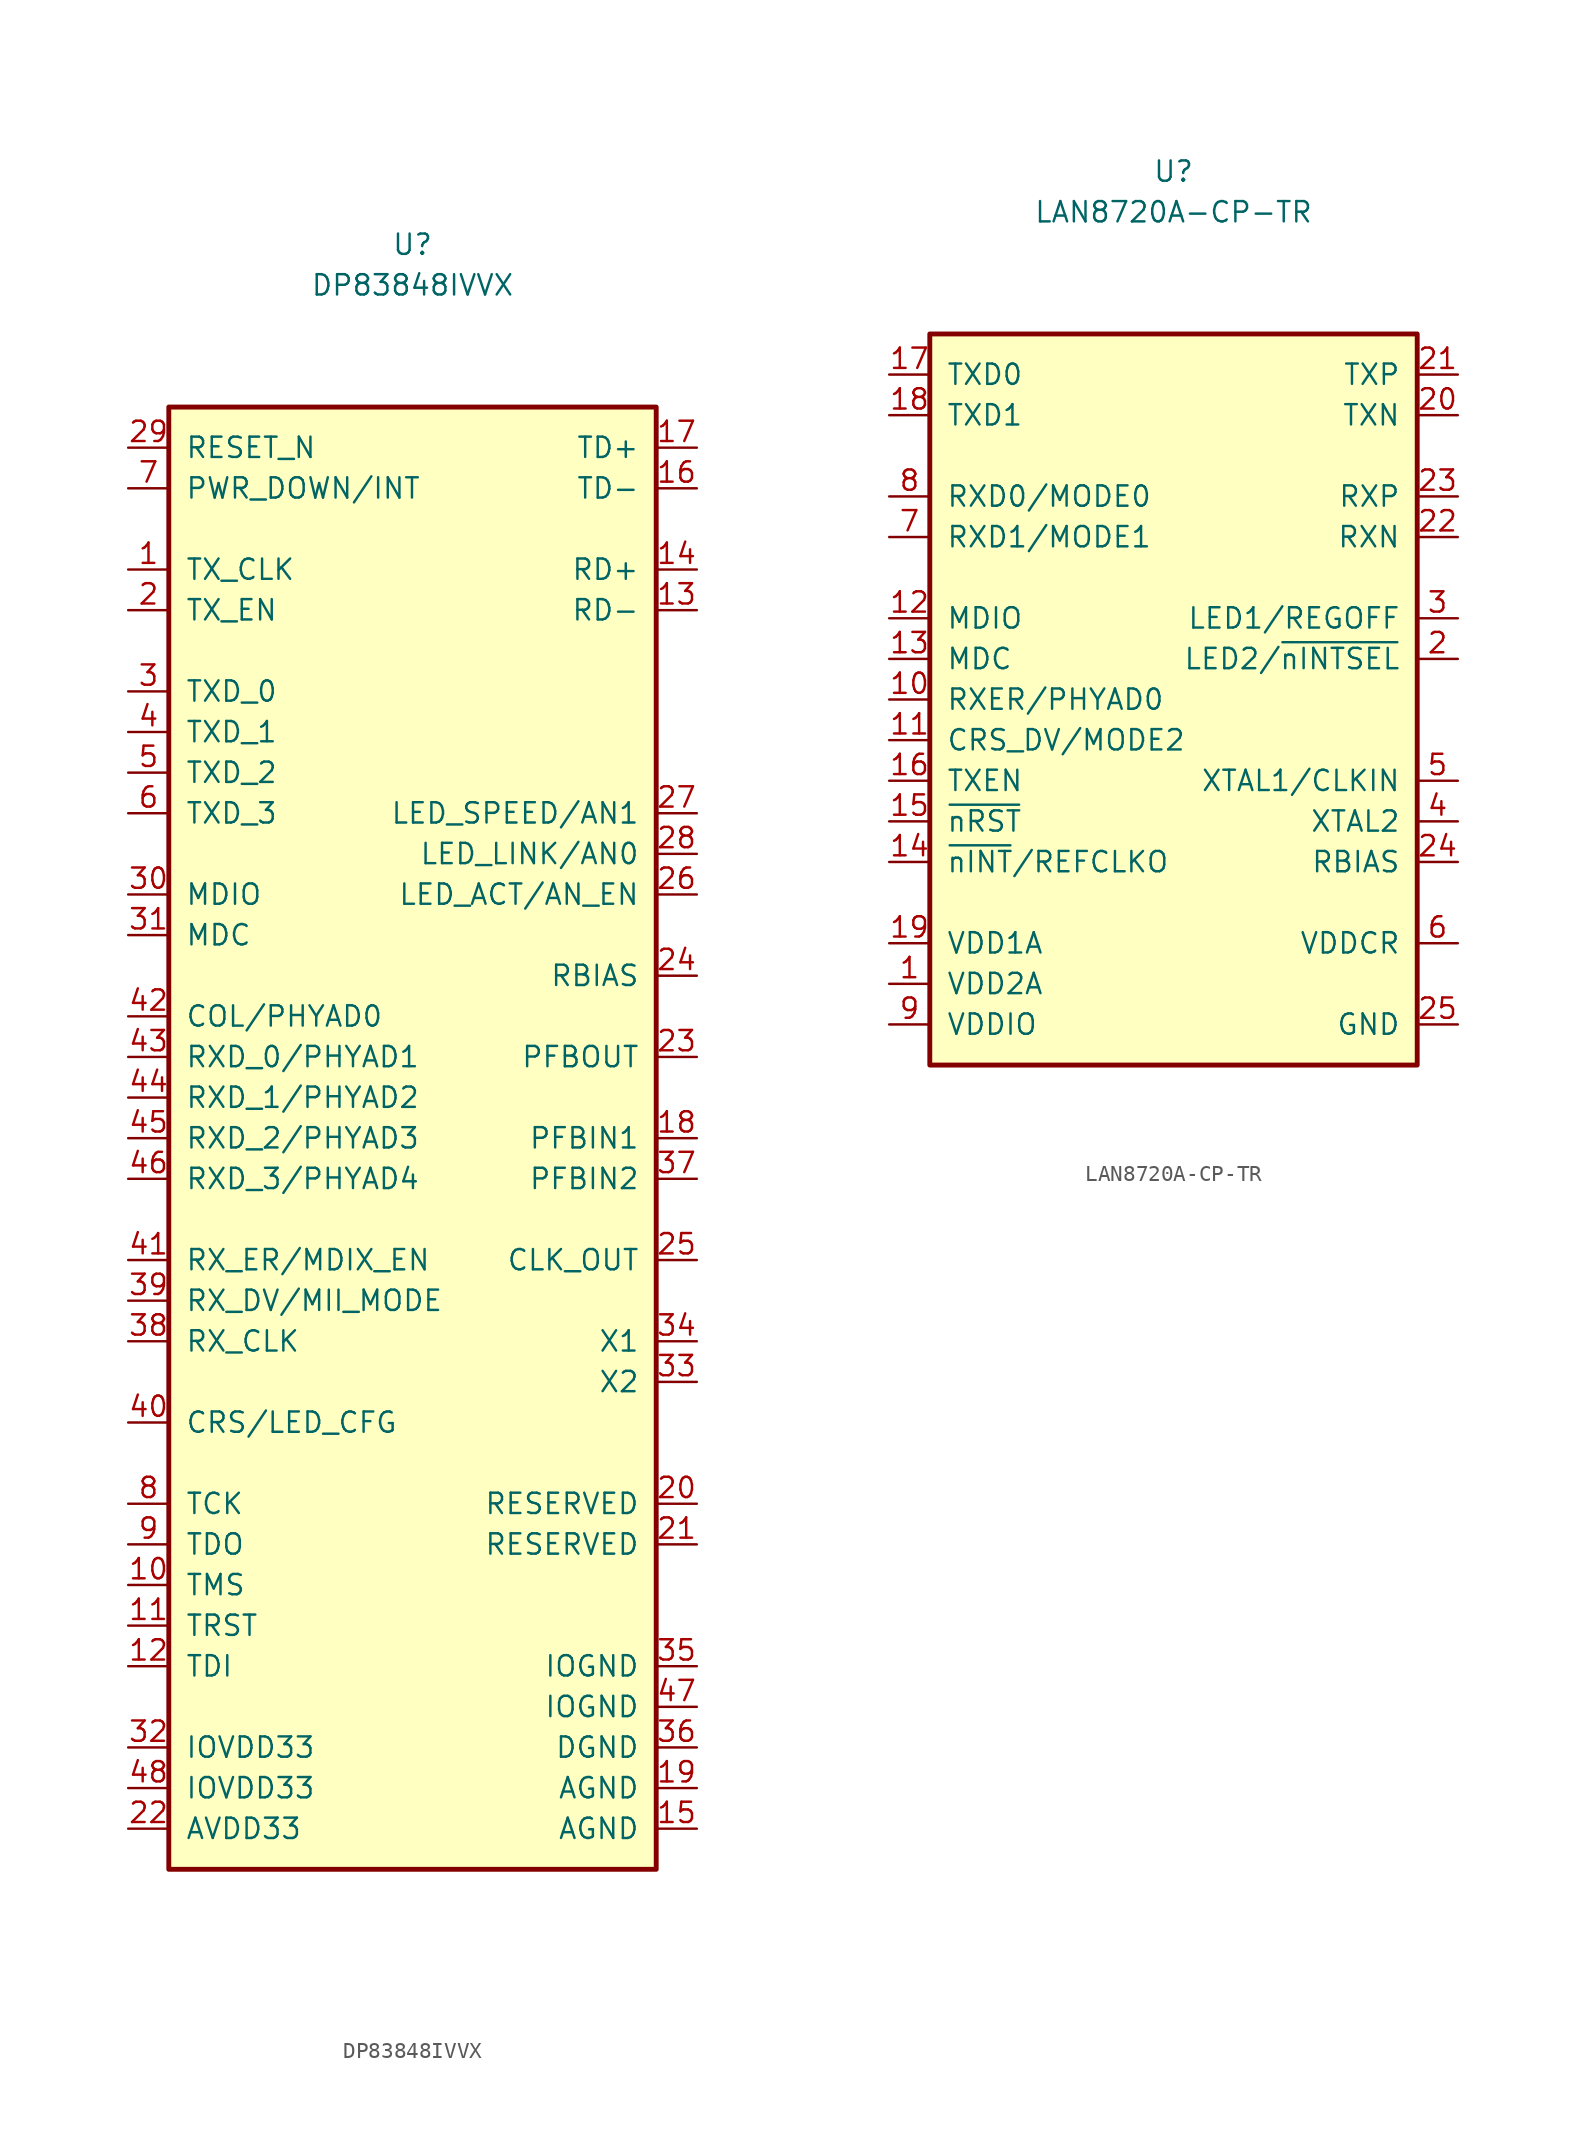
<source format=kicad_sym>
(kicad_symbol_lib
  (version 20211014)
  (generator kicad_symbol_editor)
  (symbol "DP83848IVVX"
    (pin_names
      (offset 1.016))
    (property "Reference" "U"
      (at 0 55.88 0)
      (effects (font (size 1.27 1.27))))
    (property "Value" "DP83848IVVX"
      (at 0 53.34 0)
      (effects (font (size 1.27 1.27))))
    (symbol "DP83848IVVX_0_1"
      (rectangle (start -15.24 45.72) (end 15.24 -45.72) (stroke (width 0.305) (type default) (color 0 0 0 0)) (fill (type background))))
    (symbol "DP83848IVVX_1_1"
      (pin output line (at -17.78 35.56 0) (length 2.54) (name "TX_CLK" (effects (font (size 1.27 1.27)))) (number "1" (effects (font (size 1.27 1.27)))))
      (pin input line (at -17.78 -27.94 0) (length 2.54) (name "TMS" (effects (font (size 1.27 1.27)))) (number "10" (effects (font (size 1.27 1.27)))))
      (pin input line (at -17.78 -30.48 0) (length 2.54) (name "TRST" (effects (font (size 1.27 1.27)))) (number "11" (effects (font (size 1.27 1.27)))))
      (pin input line (at -17.78 -33.02 0) (length 2.54) (name "TDI" (effects (font (size 1.27 1.27)))) (number "12" (effects (font (size 1.27 1.27)))))
      (pin bidirectional line (at 17.78 33.02 180) (length 2.54) (name "RD-" (effects (font (size 1.27 1.27)))) (number "13" (effects (font (size 1.27 1.27)))))
      (pin bidirectional line (at 17.78 35.56 180) (length 2.54) (name "RD+" (effects (font (size 1.27 1.27)))) (number "14" (effects (font (size 1.27 1.27)))))
      (pin power_in line (at 17.78 -43.18 180) (length 2.54) (name "AGND" (effects (font (size 1.27 1.27)))) (number "15" (effects (font (size 1.27 1.27)))))
      (pin bidirectional line (at 17.78 40.64 180) (length 2.54) (name "TD-" (effects (font (size 1.27 1.27)))) (number "16" (effects (font (size 1.27 1.27)))))
      (pin bidirectional line (at 17.78 43.18 180) (length 2.54) (name "TD+" (effects (font (size 1.27 1.27)))) (number "17" (effects (font (size 1.27 1.27)))))
      (pin input line (at 17.78 0 180) (length 2.54) (name "PFBIN1" (effects (font (size 1.27 1.27)))) (number "18" (effects (font (size 1.27 1.27)))))
      (pin power_in line (at 17.78 -40.64 180) (length 2.54) (name "AGND" (effects (font (size 1.27 1.27)))) (number "19" (effects (font (size 1.27 1.27)))))
      (pin input line (at -17.78 33.02 0) (length 2.54) (name "TX_EN" (effects (font (size 1.27 1.27)))) (number "2" (effects (font (size 1.27 1.27)))))
      (pin bidirectional line (at 17.78 -22.86 180) (length 2.54) (name "RESERVED" (effects (font (size 1.27 1.27)))) (number "20" (effects (font (size 1.27 1.27)))))
      (pin bidirectional line (at 17.78 -25.4 180) (length 2.54) (name "RESERVED" (effects (font (size 1.27 1.27)))) (number "21" (effects (font (size 1.27 1.27)))))
      (pin power_in line (at -17.78 -43.18 0) (length 2.54) (name "AVDD33" (effects (font (size 1.27 1.27)))) (number "22" (effects (font (size 1.27 1.27)))))
      (pin output line (at 17.78 5.08 180) (length 2.54) (name "PFBOUT" (effects (font (size 1.27 1.27)))) (number "23" (effects (font (size 1.27 1.27)))))
      (pin input line (at 17.78 10.16 180) (length 2.54) (name "RBIAS" (effects (font (size 1.27 1.27)))) (number "24" (effects (font (size 1.27 1.27)))))
      (pin output line (at 17.78 -7.62 180) (length 2.54) (name "CLK_OUT" (effects (font (size 1.27 1.27)))) (number "25" (effects (font (size 1.27 1.27)))))
      (pin output line (at 17.78 15.24 180) (length 2.54) (name "LED_ACT/AN_EN" (effects (font (size 1.27 1.27)))) (number "26" (effects (font (size 1.27 1.27)))))
      (pin output line (at 17.78 20.32 180) (length 2.54) (name "LED_SPEED/AN1" (effects (font (size 1.27 1.27)))) (number "27" (effects (font (size 1.27 1.27)))))
      (pin output line (at 17.78 17.78 180) (length 2.54) (name "LED_LINK/AN0" (effects (font (size 1.27 1.27)))) (number "28" (effects (font (size 1.27 1.27)))))
      (pin input line (at -17.78 43.18 0) (length 2.54) (name "RESET_N" (effects (font (size 1.27 1.27)))) (number "29" (effects (font (size 1.27 1.27)))))
      (pin input line (at -17.78 27.94 0) (length 2.54) (name "TXD_0" (effects (font (size 1.27 1.27)))) (number "3" (effects (font (size 1.27 1.27)))))
      (pin bidirectional line (at -17.78 15.24 0) (length 2.54) (name "MDIO" (effects (font (size 1.27 1.27)))) (number "30" (effects (font (size 1.27 1.27)))))
      (pin input line (at -17.78 12.7 0) (length 2.54) (name "MDC" (effects (font (size 1.27 1.27)))) (number "31" (effects (font (size 1.27 1.27)))))
      (pin power_in line (at -17.78 -38.1 0) (length 2.54) (name "IOVDD33" (effects (font (size 1.27 1.27)))) (number "32" (effects (font (size 1.27 1.27)))))
      (pin output line (at 17.78 -15.24 180) (length 2.54) (name "X2" (effects (font (size 1.27 1.27)))) (number "33" (effects (font (size 1.27 1.27)))))
      (pin input line (at 17.78 -12.7 180) (length 2.54) (name "X1" (effects (font (size 1.27 1.27)))) (number "34" (effects (font (size 1.27 1.27)))))
      (pin power_in line (at 17.78 -33.02 180) (length 2.54) (name "IOGND" (effects (font (size 1.27 1.27)))) (number "35" (effects (font (size 1.27 1.27)))))
      (pin power_in line (at 17.78 -38.1 180) (length 2.54) (name "DGND" (effects (font (size 1.27 1.27)))) (number "36" (effects (font (size 1.27 1.27)))))
      (pin input line (at 17.78 -2.54 180) (length 2.54) (name "PFBIN2" (effects (font (size 1.27 1.27)))) (number "37" (effects (font (size 1.27 1.27)))))
      (pin output line (at -17.78 -12.7 0) (length 2.54) (name "RX_CLK" (effects (font (size 1.27 1.27)))) (number "38" (effects (font (size 1.27 1.27)))))
      (pin output line (at -17.78 -10.16 0) (length 2.54) (name "RX_DV/MII_MODE" (effects (font (size 1.27 1.27)))) (number "39" (effects (font (size 1.27 1.27)))))
      (pin input line (at -17.78 25.4 0) (length 2.54) (name "TXD_1" (effects (font (size 1.27 1.27)))) (number "4" (effects (font (size 1.27 1.27)))))
      (pin output line (at -17.78 -17.78 0) (length 2.54) (name "CRS/LED_CFG" (effects (font (size 1.27 1.27)))) (number "40" (effects (font (size 1.27 1.27)))))
      (pin output line (at -17.78 -7.62 0) (length 2.54) (name "RX_ER/MDIX_EN" (effects (font (size 1.27 1.27)))) (number "41" (effects (font (size 1.27 1.27)))))
      (pin output line (at -17.78 7.62 0) (length 2.54) (name "COL/PHYAD0" (effects (font (size 1.27 1.27)))) (number "42" (effects (font (size 1.27 1.27)))))
      (pin output line (at -17.78 5.08 0) (length 2.54) (name "RXD_0/PHYAD1" (effects (font (size 1.27 1.27)))) (number "43" (effects (font (size 1.27 1.27)))))
      (pin output line (at -17.78 2.54 0) (length 2.54) (name "RXD_1/PHYAD2" (effects (font (size 1.27 1.27)))) (number "44" (effects (font (size 1.27 1.27)))))
      (pin output line (at -17.78 0 0) (length 2.54) (name "RXD_2/PHYAD3" (effects (font (size 1.27 1.27)))) (number "45" (effects (font (size 1.27 1.27)))))
      (pin output line (at -17.78 -2.54 0) (length 2.54) (name "RXD_3/PHYAD4" (effects (font (size 1.27 1.27)))) (number "46" (effects (font (size 1.27 1.27)))))
      (pin power_in line (at 17.78 -35.56 180) (length 2.54) (name "IOGND" (effects (font (size 1.27 1.27)))) (number "47" (effects (font (size 1.27 1.27)))))
      (pin power_in line (at -17.78 -40.64 0) (length 2.54) (name "IOVDD33" (effects (font (size 1.27 1.27)))) (number "48" (effects (font (size 1.27 1.27)))))
      (pin input line (at -17.78 22.86 0) (length 2.54) (name "TXD_2" (effects (font (size 1.27 1.27)))) (number "5" (effects (font (size 1.27 1.27)))))
      (pin input line (at -17.78 20.32 0) (length 2.54) (name "TXD_3" (effects (font (size 1.27 1.27)))) (number "6" (effects (font (size 1.27 1.27)))))
      (pin input line (at -17.78 40.64 0) (length 2.54) (name "PWR_DOWN/INT" (effects (font (size 1.27 1.27)))) (number "7" (effects (font (size 1.27 1.27)))))
      (pin input line (at -17.78 -22.86 0) (length 2.54) (name "TCK" (effects (font (size 1.27 1.27)))) (number "8" (effects (font (size 1.27 1.27)))))
      (pin output line (at -17.78 -25.4 0) (length 2.54) (name "TDO" (effects (font (size 1.27 1.27)))) (number "9" (effects (font (size 1.27 1.27)))))))
  (symbol "LAN8720A-CP-TR"
    (pin_names
      (offset 1.016))
    (property "Reference" "U"
      (at 0 33.02 0)
      (effects (font (size 1.27 1.27))))
    (property "Value" "LAN8720A-CP-TR"
      (at 0 30.48 0)
      (effects (font (size 1.27 1.27))))
    (symbol "LAN8720A-CP-TR_0_1"
      (rectangle (start -15.24 22.86) (end 15.24 -22.86) (stroke (width 0.305) (type default) (color 0 0 0 0)) (fill (type background))))
    (symbol "LAN8720A-CP-TR_1_1"
      (pin power_in line (at -17.78 -17.78 0) (length 2.54) (name "VDD2A" (effects (font (size 1.27 1.27)))) (number "1" (effects (font (size 1.27 1.27)))))
      (pin bidirectional line (at -17.78 0 0) (length 2.54) (name "RXER/PHYAD0" (effects (font (size 1.27 1.27)))) (number "10" (effects (font (size 1.27 1.27)))))
      (pin bidirectional line (at -17.78 -2.54 0) (length 2.54) (name "CRS_DV/MODE2" (effects (font (size 1.27 1.27)))) (number "11" (effects (font (size 1.27 1.27)))))
      (pin bidirectional line (at -17.78 5.08 0) (length 2.54) (name "MDIO" (effects (font (size 1.27 1.27)))) (number "12" (effects (font (size 1.27 1.27)))))
      (pin input line (at -17.78 2.54 0) (length 2.54) (name "MDC" (effects (font (size 1.27 1.27)))) (number "13" (effects (font (size 1.27 1.27)))))
      (pin output line (at -17.78 -10.16 0) (length 2.54) (name "~{nINT}/REFCLKO" (effects (font (size 1.27 1.27)))) (number "14" (effects (font (size 1.27 1.27)))))
      (pin input line (at -17.78 -7.62 0) (length 2.54) (name "~{nRST}" (effects (font (size 1.27 1.27)))) (number "15" (effects (font (size 1.27 1.27)))))
      (pin input line (at -17.78 -5.08 0) (length 2.54) (name "TXEN" (effects (font (size 1.27 1.27)))) (number "16" (effects (font (size 1.27 1.27)))))
      (pin input line (at -17.78 20.32 0) (length 2.54) (name "TXD0" (effects (font (size 1.27 1.27)))) (number "17" (effects (font (size 1.27 1.27)))))
      (pin input line (at -17.78 17.78 0) (length 2.54) (name "TXD1" (effects (font (size 1.27 1.27)))) (number "18" (effects (font (size 1.27 1.27)))))
      (pin power_in line (at -17.78 -15.24 0) (length 2.54) (name "VDD1A" (effects (font (size 1.27 1.27)))) (number "19" (effects (font (size 1.27 1.27)))))
      (pin bidirectional line (at 17.78 2.54 180) (length 2.54) (name "LED2/~{nINTSEL}" (effects (font (size 1.27 1.27)))) (number "2" (effects (font (size 1.27 1.27)))))
      (pin bidirectional line (at 17.78 17.78 180) (length 2.54) (name "TXN" (effects (font (size 1.27 1.27)))) (number "20" (effects (font (size 1.27 1.27)))))
      (pin bidirectional line (at 17.78 20.32 180) (length 2.54) (name "TXP" (effects (font (size 1.27 1.27)))) (number "21" (effects (font (size 1.27 1.27)))))
      (pin bidirectional line (at 17.78 10.16 180) (length 2.54) (name "RXN" (effects (font (size 1.27 1.27)))) (number "22" (effects (font (size 1.27 1.27)))))
      (pin bidirectional line (at 17.78 12.7 180) (length 2.54) (name "RXP" (effects (font (size 1.27 1.27)))) (number "23" (effects (font (size 1.27 1.27)))))
      (pin input line (at 17.78 -10.16 180) (length 2.54) (name "RBIAS" (effects (font (size 1.27 1.27)))) (number "24" (effects (font (size 1.27 1.27)))))
      (pin power_in line (at 17.78 -20.32 180) (length 2.54) (name "GND" (effects (font (size 1.27 1.27)))) (number "25" (effects (font (size 1.27 1.27)))))
      (pin bidirectional line (at 17.78 5.08 180) (length 2.54) (name "LED1/REGOFF" (effects (font (size 1.27 1.27)))) (number "3" (effects (font (size 1.27 1.27)))))
      (pin output line (at 17.78 -7.62 180) (length 2.54) (name "XTAL2" (effects (font (size 1.27 1.27)))) (number "4" (effects (font (size 1.27 1.27)))))
      (pin input line (at 17.78 -5.08 180) (length 2.54) (name "XTAL1/CLKIN" (effects (font (size 1.27 1.27)))) (number "5" (effects (font (size 1.27 1.27)))))
      (pin power_in line (at 17.78 -15.24 180) (length 2.54) (name "VDDCR" (effects (font (size 1.27 1.27)))) (number "6" (effects (font (size 1.27 1.27)))))
      (pin bidirectional line (at -17.78 10.16 0) (length 2.54) (name "RXD1/MODE1" (effects (font (size 1.27 1.27)))) (number "7" (effects (font (size 1.27 1.27)))))
      (pin bidirectional line (at -17.78 12.7 0) (length 2.54) (name "RXD0/MODE0" (effects (font (size 1.27 1.27)))) (number "8" (effects (font (size 1.27 1.27)))))
      (pin power_in line (at -17.78 -20.32 0) (length 2.54) (name "VDDIO" (effects (font (size 1.27 1.27)))) (number "9" (effects (font (size 1.27 1.27))))))))
</source>
